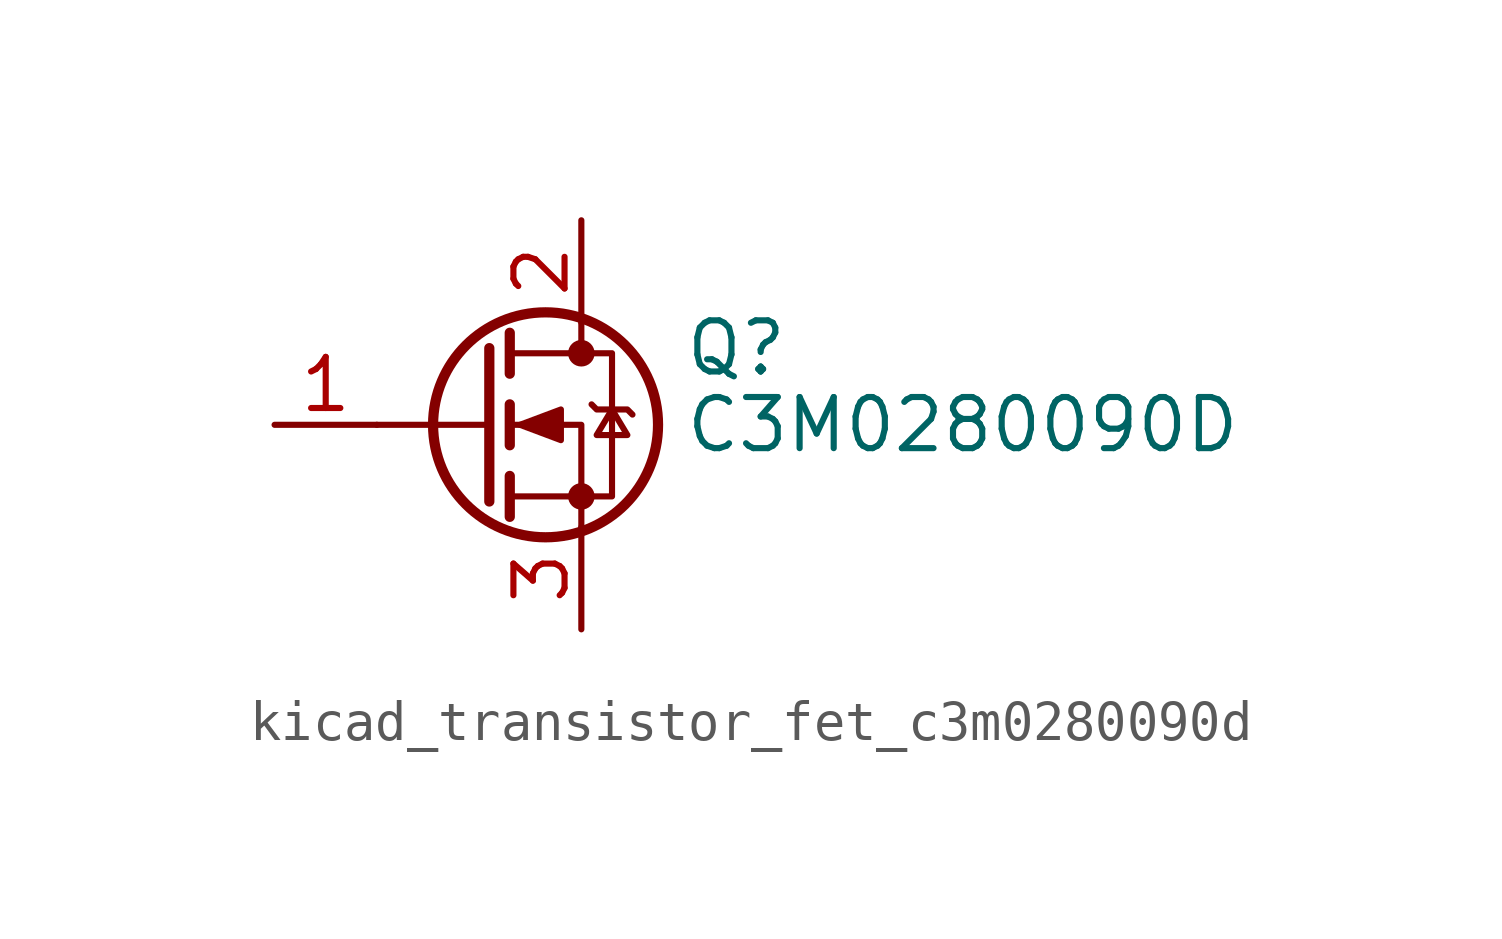
<source format=kicad_sym>
(kicad_symbol_lib
  (version 20220914)
  (generator kicad_symbol_editor)
  (symbol "kicad_transistor_fet_c3m0280090d"
    (pin_names hide)
    (property "Reference" "Q"
      (at 5.08 1.905 0)
      (effects (font (size 1.27 1.27)) (justify left)))
    (property "Value" "C3M0280090D"
      (at 5.08 0 0)
      (effects (font (size 1.27 1.27)) (justify left)))
    (symbol "kicad_transistor_fet_c3m0280090d_0_1"
      (polyline (pts (xy 0.254 0) (xy -2.54 0)) (stroke (width 0) (type default)) (fill (type none)))
      (polyline (pts (xy 0.254 1.905) (xy 0.254 -1.905)) (stroke (width 0.254) (type default)) (fill (type none)))
      (polyline (pts (xy 0.762 -1.27) (xy 0.762 -2.286)) (stroke (width 0.254) (type default)) (fill (type none)))
      (polyline (pts (xy 0.762 0.508) (xy 0.762 -0.508)) (stroke (width 0.254) (type default)) (fill (type none)))
      (polyline (pts (xy 0.762 2.286) (xy 0.762 1.27)) (stroke (width 0.254) (type default)) (fill (type none)))
      (polyline (pts (xy 2.54 2.54) (xy 2.54 1.778)) (stroke (width 0) (type default)) (fill (type none)))
      (polyline (pts (xy 2.54 -2.54) (xy 2.54 0) (xy 0.762 0)) (stroke (width 0) (type default)) (fill (type none)))
      (polyline (pts (xy 0.762 -1.778) (xy 3.302 -1.778) (xy 3.302 1.778) (xy 0.762 1.778)) (stroke (width 0) (type default)) (fill (type none)))
      (polyline (pts (xy 1.016 0) (xy 2.032 0.381) (xy 2.032 -0.381) (xy 1.016 0)) (stroke (width 0) (type default)) (fill (type outline)))
      (polyline (pts (xy 2.794 0.508) (xy 2.921 0.381) (xy 3.683 0.381) (xy 3.81 0.254)) (stroke (width 0) (type default)) (fill (type none)))
      (polyline (pts (xy 3.302 0.381) (xy 2.921 -0.254) (xy 3.683 -0.254) (xy 3.302 0.381)) (stroke (width 0) (type default)) (fill (type none)))
      (circle (center 1.651 0) (radius 2.794) (stroke (width 0.254) (type default)) (fill (type none)))
      (circle (center 2.54 -1.778) (radius 0.254) (stroke (width 0) (type default)) (fill (type outline)))
      (circle (center 2.54 1.778) (radius 0.254) (stroke (width 0) (type default)) (fill (type outline))))
    (symbol "kicad_transistor_fet_c3m0280090d_1_1"
      (pin input line (at -5.08 0 0) (length 2.54) (name "G" (effects (font (size 1.27 1.27)))) (number "1" (effects (font (size 1.27 1.27)))))
      (pin passive line (at 2.54 5.08 270) (length 2.54) (name "D" (effects (font (size 1.27 1.27)))) (number "2" (effects (font (size 1.27 1.27)))))
      (pin passive line (at 2.54 -5.08 90) (length 2.54) (name "S" (effects (font (size 1.27 1.27)))) (number "3" (effects (font (size 1.27 1.27))))))))
</source>
